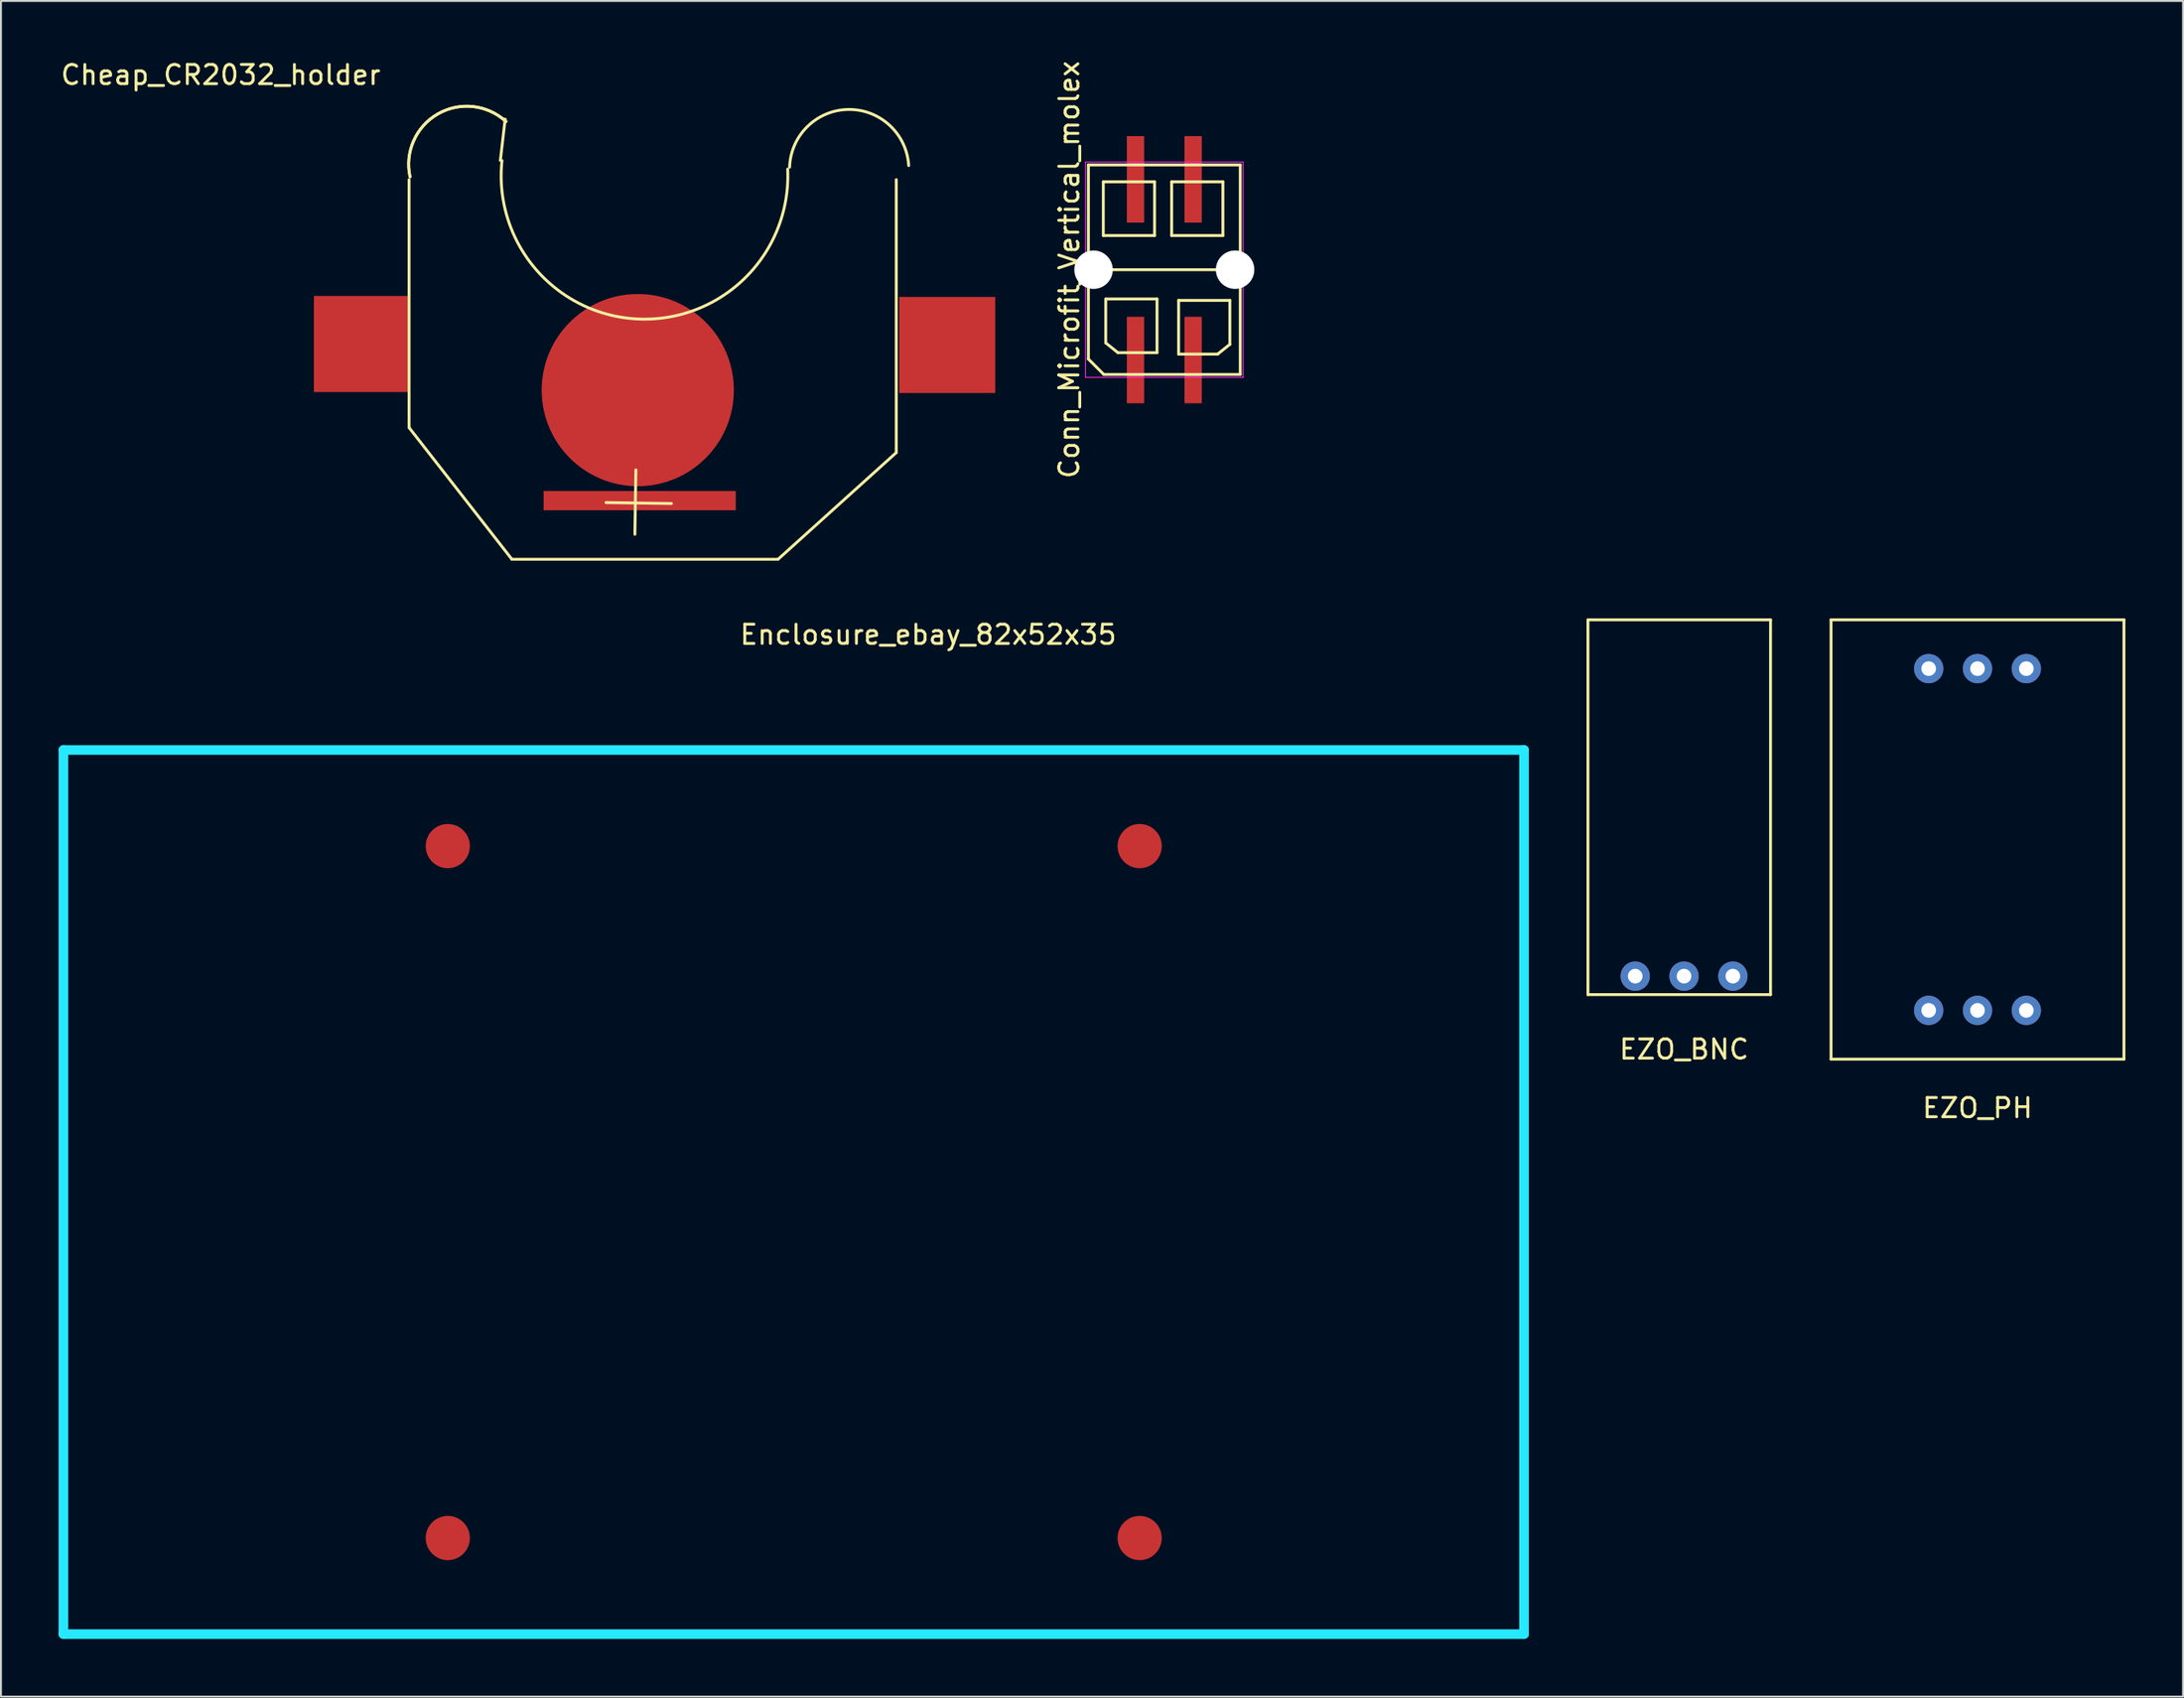
<source format=kicad_pcb>
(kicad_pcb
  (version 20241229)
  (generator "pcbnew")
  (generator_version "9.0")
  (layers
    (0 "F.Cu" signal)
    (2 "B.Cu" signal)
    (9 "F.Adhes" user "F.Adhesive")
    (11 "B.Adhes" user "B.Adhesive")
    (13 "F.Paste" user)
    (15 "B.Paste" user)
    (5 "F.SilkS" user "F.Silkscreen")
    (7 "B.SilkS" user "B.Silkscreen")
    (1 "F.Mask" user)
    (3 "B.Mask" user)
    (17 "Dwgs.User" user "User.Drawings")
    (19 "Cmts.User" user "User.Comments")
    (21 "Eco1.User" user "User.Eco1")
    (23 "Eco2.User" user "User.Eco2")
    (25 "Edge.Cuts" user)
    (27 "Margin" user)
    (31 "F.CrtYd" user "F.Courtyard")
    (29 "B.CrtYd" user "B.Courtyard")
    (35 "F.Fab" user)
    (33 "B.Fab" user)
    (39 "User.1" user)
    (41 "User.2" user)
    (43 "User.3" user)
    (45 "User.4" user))
  (footprint "EZO_BNC"
    (layer "F.Cu")
    (at 84.575 45.198)
    (property "Reference" "EZO_BNC" (at 0 6.35 0) (layer "F.SilkS") (effects (font (size 1 1) (thickness 0.15))))
    (attr through_hole)
    (fp_line (start -5 -16) (end -5 3.5) (stroke (width 0.15) (type solid)) (layer "F.SilkS"))
    (fp_line (start -5 3.5) (end 4.5 3.5) (stroke (width 0.15) (type solid)) (layer "F.SilkS"))
    (fp_line (start 4.5 -16) (end -5 -16) (stroke (width 0.15) (type solid)) (layer "F.SilkS"))
    (fp_line (start 4.5 3.5) (end 4.5 -16) (stroke (width 0.15) (type solid)) (layer "F.SilkS"))
    (pad "1" thru_hole circle (at 2.54 2.54) (size 1.524 1.524) (drill 0.762) (layers "*.Cu" "*.Mask"))
    (pad "2" thru_hole circle (at 0 2.54) (size 1.524 1.524) (drill 0.762) (layers "*.Cu" "*.Mask"))
    (pad "3" thru_hole circle (at -2.54 2.54) (size 1.524 1.524) (drill 0.762) (layers "*.Cu" "*.Mask")))
  (footprint "EZO_PH"
    (layer "F.Cu")
    (at 99.845 39.358)
    (property "Reference" "EZO_PH" (at 0 15.24 0) (layer "F.SilkS") (effects (font (size 1 1) (thickness 0.15))))
    (attr through_hole)
    (fp_line (start -7.62 -10.16) (end 7.62 -10.16) (stroke (width 0.15) (type solid)) (layer "F.SilkS"))
    (fp_line (start -7.62 12.7) (end -7.62 -10.16) (stroke (width 0.15) (type solid)) (layer "F.SilkS"))
    (fp_line (start 7.62 -10.16) (end 7.62 12.7) (stroke (width 0.15) (type solid)) (layer "F.SilkS"))
    (fp_line (start 7.62 12.7) (end -7.62 12.7) (stroke (width 0.15) (type solid)) (layer "F.SilkS"))
    (pad "1" thru_hole circle (at 2.54 -7.62) (size 1.524 1.524) (drill 0.762) (layers "*.Cu" "*.Mask"))
    (pad "2" thru_hole circle (at 0 -7.62) (size 1.524 1.524) (drill 0.762) (layers "*.Cu" "*.Mask"))
    (pad "3" thru_hole circle (at -2.54 -7.62) (size 1.524 1.524) (drill 0.762) (layers "*.Cu" "*.Mask"))
    (pad "4" thru_hole circle (at -2.54 10.16) (size 1.524 1.524) (drill 0.762) (layers "*.Cu" "*.Mask"))
    (pad "5" thru_hole circle (at 0 10.16) (size 1.524 1.524) (drill 0.762) (layers "*.Cu" "*.Mask"))
    (pad "6" thru_hole circle (at 2.54 10.16) (size 1.524 1.524) (drill 0.762) (layers "*.Cu" "*.Mask")))
  (footprint "Conn_Microfit_Vertical_molex"
    (layer "F.Cu")
    (at 57.533 10.982)
    (property "Reference" "Conn_Microfit_Vertical_molex" (at -4.95 0 90) (layer "F.SilkS") (effects (font (size 1 1) (thickness 0.15))))
    (attr smd)
    (fp_line (start -3.95 -5.45) (end 3.95 -5.45) (stroke (width 0.15) (type solid)) (layer "F.SilkS"))
    (fp_line (start -3.95 4.65) (end -3.95 -5.45) (stroke (width 0.15) (type solid)) (layer "F.SilkS"))
    (fp_line (start -3.556 0) (end 3.683 0) (stroke (width 0.15) (type solid)) (layer "F.SilkS"))
    (fp_line (start -3.175 -4.572) (end -0.508 -4.572) (stroke (width 0.15) (type solid)) (layer "F.SilkS"))
    (fp_line (start -3.175 -1.778) (end -3.175 -4.572) (stroke (width 0.15) (type solid)) (layer "F.SilkS"))
    (fp_line (start -3.15 5.45) (end -3.95 4.65) (stroke (width 0.15) (type solid)) (layer "F.SilkS"))
    (fp_line (start -3.048 1.524) (end -0.381 1.524) (stroke (width 0.15) (type solid)) (layer "F.SilkS"))
    (fp_line (start -3.048 3.81) (end -3.048 1.524) (stroke (width 0.15) (type solid)) (layer "F.SilkS"))
    (fp_line (start -2.413 4.318) (end -3.048 3.81) (stroke (width 0.15) (type solid)) (layer "F.SilkS"))
    (fp_line (start -0.508 -4.572) (end -0.508 -1.778) (stroke (width 0.15) (type solid)) (layer "F.SilkS"))
    (fp_line (start -0.508 -1.778) (end -3.175 -1.778) (stroke (width 0.15) (type solid)) (layer "F.SilkS"))
    (fp_line (start -0.381 1.524) (end -0.381 4.318) (stroke (width 0.15) (type solid)) (layer "F.SilkS"))
    (fp_line (start -0.381 4.318) (end -2.413 4.318) (stroke (width 0.15) (type solid)) (layer "F.SilkS"))
    (fp_line (start 0.381 -4.572) (end 3.048 -4.572) (stroke (width 0.15) (type solid)) (layer "F.SilkS"))
    (fp_line (start 0.381 -1.778) (end 0.381 -4.572) (stroke (width 0.15) (type solid)) (layer "F.SilkS"))
    (fp_line (start 0.743 1.598) (end 0.743 4.392) (stroke (width 0.15) (type solid)) (layer "F.SilkS"))
    (fp_line (start 0.743 4.392) (end 2.775 4.392) (stroke (width 0.15) (type solid)) (layer "F.SilkS"))
    (fp_line (start 2.775 4.392) (end 3.41 3.884) (stroke (width 0.15) (type solid)) (layer "F.SilkS"))
    (fp_line (start 3.048 -4.572) (end 3.048 -1.778) (stroke (width 0.15) (type solid)) (layer "F.SilkS"))
    (fp_line (start 3.048 -1.778) (end 0.381 -1.778) (stroke (width 0.15) (type solid)) (layer "F.SilkS"))
    (fp_line (start 3.41 1.598) (end 0.743 1.598) (stroke (width 0.15) (type solid)) (layer "F.SilkS"))
    (fp_line (start 3.41 3.884) (end 3.41 1.598) (stroke (width 0.15) (type solid)) (layer "F.SilkS"))
    (fp_line (start 3.95 -5.45) (end 3.95 5.45) (stroke (width 0.15) (type solid)) (layer "F.SilkS"))
    (fp_line (start 3.95 5.45) (end -3.15 5.45) (stroke (width 0.15) (type solid)) (layer "F.SilkS"))
    (fp_line (start -4.1 -5.6) (end 4.1 -5.6) (stroke (width 0.05) (type solid)) (layer "F.CrtYd"))
    (fp_line (start -4.1 5.6) (end -4.1 -5.6) (stroke (width 0.05) (type solid)) (layer "F.CrtYd"))
    (fp_line (start 4.1 -5.6) (end 4.1 5.6) (stroke (width 0.05) (type solid)) (layer "F.CrtYd"))
    (fp_line (start 4.1 5.6) (end -4.1 5.6) (stroke (width 0.05) (type solid)) (layer "F.CrtYd"))
    (pad "" np_thru_hole circle (at -3.683 0) (size 2 2) (drill 2) (layers "*.Cu" "*.Mask"))
    (pad "" np_thru_hole circle (at 3.683 0) (size 2 2) (drill 2) (layers "*.Cu" "*.Mask"))
    (pad "1" smd rect (at -1.5 4.7) (size 0.9 4.5) (layers "F.Cu" "F.Mask" "F.Paste"))
    (pad "2" smd rect (at 1.5 4.7) (size 0.9 4.5) (layers "F.Cu" "F.Mask" "F.Paste"))
    (pad "3" smd rect (at 1.5 -4.7) (size 0.9 4.5) (layers "F.Cu" "F.Mask" "F.Paste"))
    (pad "4" smd rect (at -1.5 -4.7) (size 0.9 4.5) (layers "F.Cu" "F.Mask" "F.Paste")))
  (footprint "Enclosure_ebay_82x52x35"
    (layer "F.Cu")
    (at 38.25 59.971)
    (property "Reference" "Enclosure_ebay_82x52x35" (at 7 -30 0) (layer "F.SilkS") (effects (font (size 1 1) (thickness 0.15))))
    (attr through_hole)
    (fp_line (start -38 -24) (end 38 -24) (stroke (width 0.5) (type solid)) (layer "B.CrtYd"))
    (fp_line (start -38 22) (end -38 -24) (stroke (width 0.5) (type solid)) (layer "B.CrtYd"))
    (fp_line (start -38 22) (end 38 22) (stroke (width 0.5) (type solid)) (layer "B.CrtYd"))
    (fp_line (start 38 22) (end 38 -24) (stroke (width 0.5) (type solid)) (layer "B.CrtYd"))
    (pad "1" connect circle (at -18 -19) (size 2.3 2.3) (layers "F.Cu" "F.Mask"))
    (pad "2" connect circle (at 18 -19) (size 2.3 2.3) (layers "F.Cu" "F.Mask"))
    (pad "3" connect circle (at 18 17) (size 2.3 2.3) (layers "F.Cu" "F.Mask"))
    (pad "4" connect circle (at -18 17) (size 2.3 2.3) (layers "F.Cu" "F.Mask")))
  (footprint "Cheap_CR2032_holder"
    (layer "F.Cu")
    (at 15.785 14.848)
    (property "Reference" "Cheap_CR2032_holder" (at -7.35 -14 0) (layer "F.SilkS") (effects (font (size 1 1) (thickness 0.15))))
    (attr through_hole)
    (fp_line (start 2.45 -8.55) (end 2.45 4.35) (stroke (width 0.15) (type solid)) (layer "F.SilkS"))
    (fp_line (start 2.45 4.35) (end 7.8 11.2) (stroke (width 0.15) (type solid)) (layer "F.SilkS"))
    (fp_line (start 7.2 -9.55) (end 7.45 -11.7) (stroke (width 0.15) (type solid)) (layer "F.SilkS"))
    (fp_line (start 7.8 11.2) (end 21.65 11.2) (stroke (width 0.15) (type solid)) (layer "F.SilkS"))
    (fp_line (start 12.7 8.25) (end 16.1 8.3) (stroke (width 0.15) (type solid)) (layer "F.SilkS"))
    (fp_line (start 14.25 6.55) (end 14.2 9.9) (stroke (width 0.15) (type solid)) (layer "F.SilkS"))
    (fp_line (start 21.65 11.2) (end 27.8 5.65) (stroke (width 0.15) (type solid)) (layer "F.SilkS"))
    (fp_line (start 27.8 5.65) (end 27.8 -8.55) (stroke (width 0.15) (type solid)) (layer "F.SilkS"))
    (fp_arc (start 2.5 -8.7) (mid 3.941549 -11.967169) (end 7.491203 -11.576767) (stroke (width 0.15) (type solid)) (layer "F.SilkS"))
    (fp_arc (start 2.5 -8.7) (mid 3.941549 -11.967169) (end 7.491203 -11.576767) (stroke (width 0.15) (type solid)) (layer "F.SilkS"))
    (fp_arc (start 22.15 -9.1) (mid 14.477069 -1.295116) (end 7.284227 -9.544547) (stroke (width 0.15) (type solid)) (layer "F.SilkS"))
    (fp_arc (start 22.25 -9.2) (mid 25.308891 -12.20134) (end 28.44626 -9.282133) (stroke (width 0.15) (type solid)) (layer "F.SilkS"))
    (pad "1" smd rect (at 0 0) (size 5 5) (layers "F.Cu" "F.Mask" "F.Paste"))
    (pad "1" smd rect (at 14.45 8.15) (size 10 1) (layers "F.Cu" "F.Mask" "F.Paste"))
    (pad "1" smd rect (at 30.45 0.05) (size 5 5) (layers "F.Cu" "F.Mask" "F.Paste"))
    (pad "2" smd oval (at 14.35 2.4) (size 10 10) (layers "F.Cu" "F.Mask" "F.Paste")))
  (gr_rect
    (start -3 -3)
    (end 110.54 85.222)
    (stroke (width 0.1) (type default))
    (fill no)
    (layer "Edge.Cuts")))
</source>
